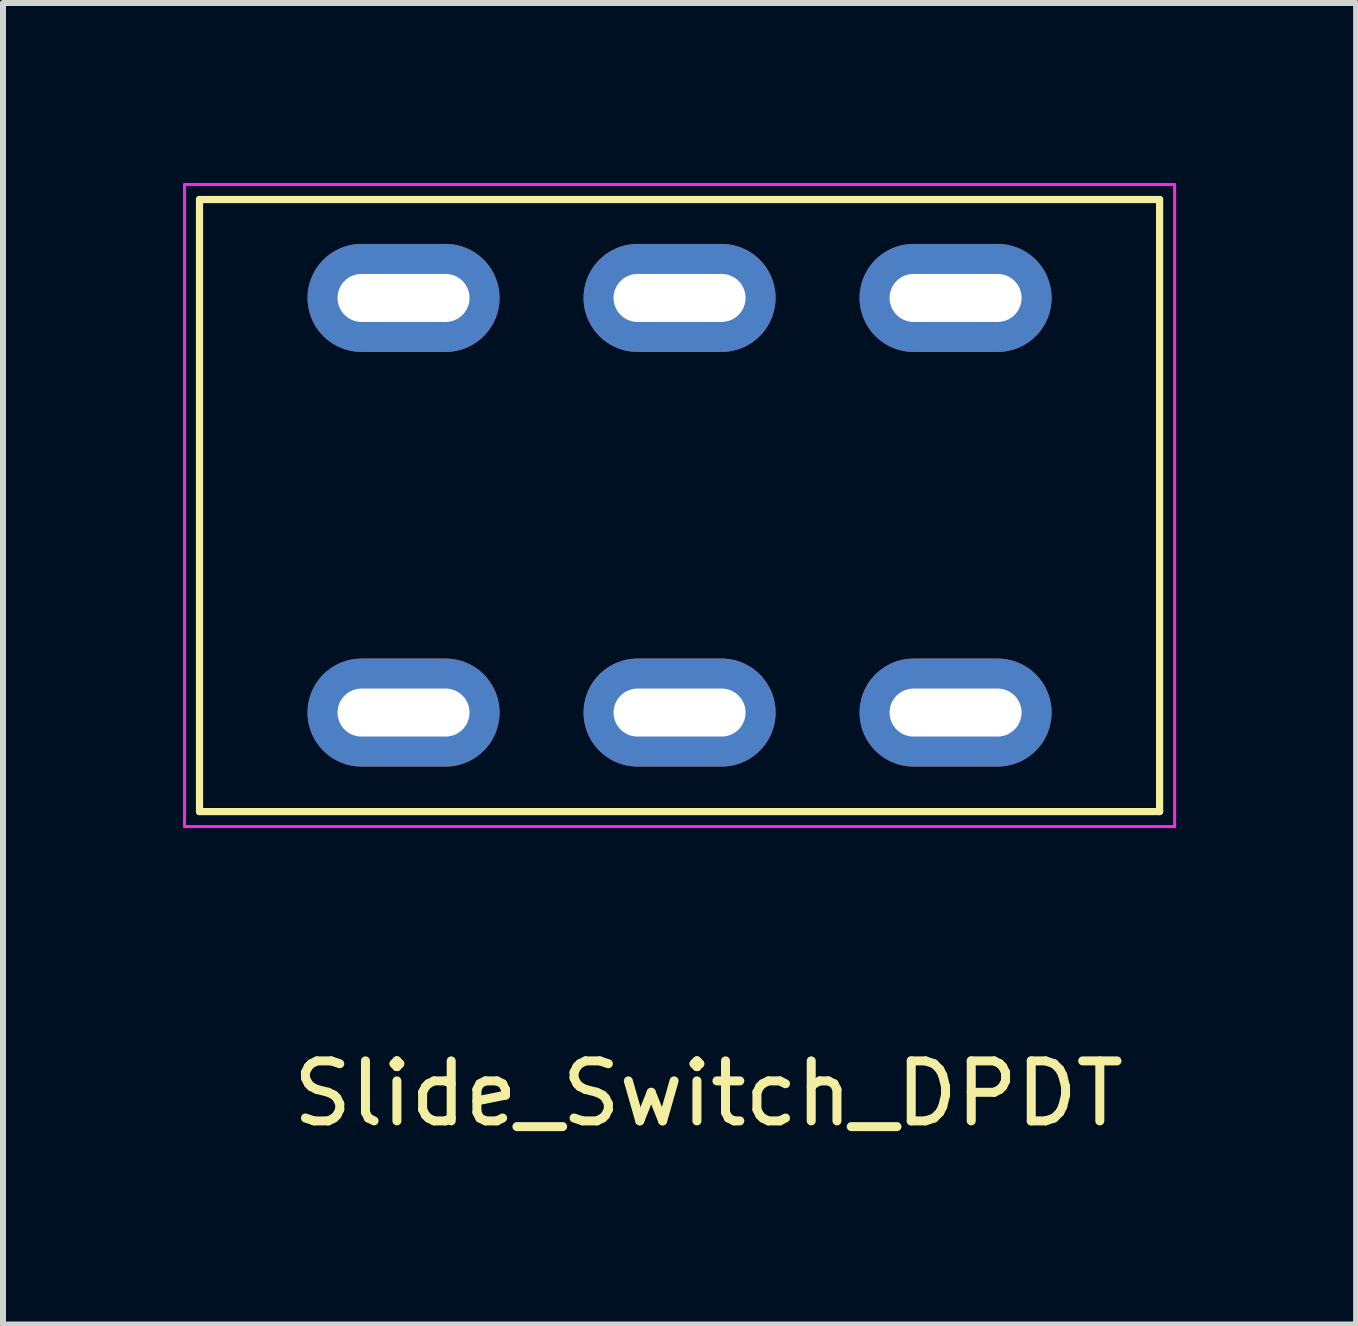
<source format=kicad_pcb>
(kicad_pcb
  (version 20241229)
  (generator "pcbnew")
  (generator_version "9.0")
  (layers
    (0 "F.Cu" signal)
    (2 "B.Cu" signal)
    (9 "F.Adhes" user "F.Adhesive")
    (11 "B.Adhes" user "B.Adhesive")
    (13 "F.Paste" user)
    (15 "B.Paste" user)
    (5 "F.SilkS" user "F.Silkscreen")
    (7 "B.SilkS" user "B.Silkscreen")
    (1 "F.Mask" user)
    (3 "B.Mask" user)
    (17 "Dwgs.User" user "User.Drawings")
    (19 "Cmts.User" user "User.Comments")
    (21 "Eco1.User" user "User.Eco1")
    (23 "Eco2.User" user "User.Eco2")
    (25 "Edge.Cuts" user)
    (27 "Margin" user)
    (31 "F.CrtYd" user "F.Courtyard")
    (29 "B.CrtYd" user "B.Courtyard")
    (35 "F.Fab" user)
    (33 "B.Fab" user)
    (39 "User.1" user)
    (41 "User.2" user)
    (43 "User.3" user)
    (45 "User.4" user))
  (footprint "Slide_Switch_DPDT"
    (layer "F.Cu")
    (at 3.675 8.825)
    (property "Reference" "Slide_Switch_DPDT" (at 5.08 6.35 0) (layer "F.SilkS") (effects (font (size 1 1) (thickness 0.15))))
    (attr through_hole)
    (fp_line (start -3.4 -8.55) (end -3.4 1.65) (stroke (width 0.12) (type solid)) (layer "F.SilkS"))
    (fp_line (start -3.4 1.65) (end 12.6 1.65) (stroke (width 0.12) (type solid)) (layer "F.SilkS"))
    (fp_line (start 12.6 -8.55) (end -3.4 -8.55) (stroke (width 0.12) (type solid)) (layer "F.SilkS"))
    (fp_line (start 12.6 1.65) (end 12.6 -8.55) (stroke (width 0.12) (type solid)) (layer "F.SilkS"))
    (fp_line (start -3.65 -8.8) (end -3.65 -8.55) (stroke (width 0.05) (type solid)) (layer "F.CrtYd"))
    (fp_line (start -3.65 -8.55) (end -3.65 1.7) (stroke (width 0.05) (type solid)) (layer "F.CrtYd"))
    (fp_line (start -3.65 1.7) (end -3.65 1.85) (stroke (width 0.05) (type solid)) (layer "F.CrtYd"))
    (fp_line (start -3.65 1.85) (end -3.65 1.9) (stroke (width 0.05) (type solid)) (layer "F.CrtYd"))
    (fp_line (start -3.65 1.9) (end 12.85 1.9) (stroke (width 0.05) (type solid)) (layer "F.CrtYd"))
    (fp_line (start 12.85 -8.8) (end -3.65 -8.8) (stroke (width 0.05) (type solid)) (layer "F.CrtYd"))
    (fp_line (start 12.85 1.9) (end 12.85 -8.8) (stroke (width 0.05) (type solid)) (layer "F.CrtYd"))
    (pad "1" thru_hole oval (at 0 0 90) (size 1.8 3.2) (drill oval 0.8 2.2) (layers "*.Cu" "*.Mask"))
    (pad "2" thru_hole oval (at 4.6 0 90) (size 1.8 3.2) (drill oval 0.8 2.2) (layers "*.Cu" "*.Mask"))
    (pad "3" thru_hole oval (at 9.2 0 90) (size 1.8 3.2) (drill oval 0.8 2.2) (layers "*.Cu" "*.Mask"))
    (pad "4" thru_hole oval (at 9.2 -6.91 90) (size 1.8 3.2) (drill oval 0.8 2.2) (layers "*.Cu" "*.Mask"))
    (pad "5" thru_hole oval (at 4.6 -6.91 90) (size 1.8 3.2) (drill oval 0.8 2.2) (layers "*.Cu" "*.Mask"))
    (pad "6" thru_hole oval (at 0 -6.91 90) (size 1.8 3.2) (drill oval 0.8 2.2) (layers "*.Cu" "*.Mask")))
  (gr_rect
    (start -3 -3)
    (end 19.55 19.023)
    (stroke (width 0.1) (type default))
    (fill no)
    (layer "Edge.Cuts")))
</source>
